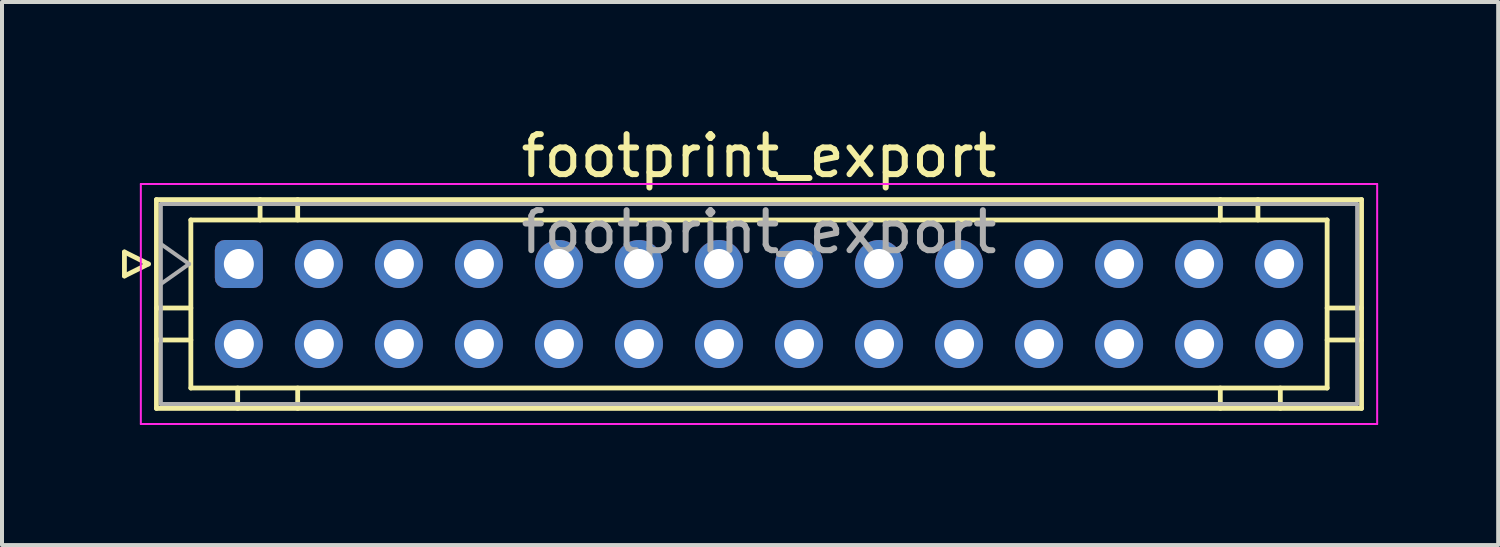
<source format=kicad_pcb>
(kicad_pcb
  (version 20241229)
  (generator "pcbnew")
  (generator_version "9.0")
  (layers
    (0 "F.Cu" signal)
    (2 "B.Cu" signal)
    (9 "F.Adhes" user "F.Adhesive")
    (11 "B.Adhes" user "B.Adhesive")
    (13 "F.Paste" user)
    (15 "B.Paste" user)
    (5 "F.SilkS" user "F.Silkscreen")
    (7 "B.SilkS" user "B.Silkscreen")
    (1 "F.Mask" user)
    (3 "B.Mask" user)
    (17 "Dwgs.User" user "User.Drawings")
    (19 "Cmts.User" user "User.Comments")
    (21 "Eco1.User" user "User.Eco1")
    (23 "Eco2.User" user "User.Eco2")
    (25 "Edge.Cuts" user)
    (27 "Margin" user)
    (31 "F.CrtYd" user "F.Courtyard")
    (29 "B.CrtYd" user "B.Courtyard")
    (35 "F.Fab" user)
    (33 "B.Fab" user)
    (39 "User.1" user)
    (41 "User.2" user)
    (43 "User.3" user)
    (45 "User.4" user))
  (footprint "footprint_export"
    (layer "F.Cu")
    (at 2.92 3.548)
    (property "Reference" "footprint_export" (at 13 -2.7 0) (layer "F.SilkS") (effects (font (size 1 1) (thickness 0.15))))
    (attr through_hole)
    (fp_line (start -2.86 -0.3) (end -2.26 0) (stroke (width 0.12) (type solid)) (layer "F.SilkS"))
    (fp_line (start -2.86 0.3) (end -2.86 -0.3) (stroke (width 0.12) (type solid)) (layer "F.SilkS"))
    (fp_line (start -2.26 0) (end -2.86 0.3) (stroke (width 0.12) (type solid)) (layer "F.SilkS"))
    (fp_line (start -2.06 -1.61) (end -2.06 3.61) (stroke (width 0.12) (type solid)) (layer "F.SilkS"))
    (fp_line (start -2.06 1.1) (end -1.2 1.1) (stroke (width 0.12) (type solid)) (layer "F.SilkS"))
    (fp_line (start -2.06 1.9) (end -1.2 1.9) (stroke (width 0.12) (type solid)) (layer "F.SilkS"))
    (fp_line (start -2.06 3.61) (end 28.06 3.61) (stroke (width 0.12) (type solid)) (layer "F.SilkS"))
    (fp_line (start -1.2 -1.1) (end -1.2 3.1) (stroke (width 0.12) (type solid)) (layer "F.SilkS"))
    (fp_line (start -1.2 3.1) (end 27.2 3.1) (stroke (width 0.12) (type solid)) (layer "F.SilkS"))
    (fp_line (start -0.03 3.61) (end -0.03 3.1) (stroke (width 0.12) (type solid)) (layer "F.SilkS"))
    (fp_line (start 0.53 -1.61) (end 0.53 -1.1) (stroke (width 0.12) (type solid)) (layer "F.SilkS"))
    (fp_line (start 1.47 -1.61) (end 1.47 -1.1) (stroke (width 0.12) (type solid)) (layer "F.SilkS"))
    (fp_line (start 1.47 3.61) (end 1.47 3.1) (stroke (width 0.12) (type solid)) (layer "F.SilkS"))
    (fp_line (start 24.53 -1.61) (end 24.53 -1.1) (stroke (width 0.12) (type solid)) (layer "F.SilkS"))
    (fp_line (start 24.53 3.61) (end 24.53 3.1) (stroke (width 0.12) (type solid)) (layer "F.SilkS"))
    (fp_line (start 25.47 -1.61) (end 25.47 -1.1) (stroke (width 0.12) (type solid)) (layer "F.SilkS"))
    (fp_line (start 26.03 3.61) (end 26.03 3.1) (stroke (width 0.12) (type solid)) (layer "F.SilkS"))
    (fp_line (start 27.2 -1.1) (end -1.2 -1.1) (stroke (width 0.12) (type solid)) (layer "F.SilkS"))
    (fp_line (start 27.2 3.1) (end 27.2 -1.1) (stroke (width 0.12) (type solid)) (layer "F.SilkS"))
    (fp_line (start 28.06 -1.61) (end -2.06 -1.61) (stroke (width 0.12) (type solid)) (layer "F.SilkS"))
    (fp_line (start 28.06 1.1) (end 27.2 1.1) (stroke (width 0.12) (type solid)) (layer "F.SilkS"))
    (fp_line (start 28.06 1.9) (end 27.2 1.9) (stroke (width 0.12) (type solid)) (layer "F.SilkS"))
    (fp_line (start 28.06 3.61) (end 28.06 -1.61) (stroke (width 0.12) (type solid)) (layer "F.SilkS"))
    (fp_line (start -2.45 -2) (end -2.45 4) (stroke (width 0.05) (type solid)) (layer "F.CrtYd"))
    (fp_line (start -2.45 4) (end 28.45 4) (stroke (width 0.05) (type solid)) (layer "F.CrtYd"))
    (fp_line (start 28.45 -2) (end -2.45 -2) (stroke (width 0.05) (type solid)) (layer "F.CrtYd"))
    (fp_line (start 28.45 4) (end 28.45 -2) (stroke (width 0.05) (type solid)) (layer "F.CrtYd"))
    (fp_line (start -1.95 -1.5) (end -1.95 3.5) (stroke (width 0.1) (type solid)) (layer "F.Fab"))
    (fp_line (start -1.95 0.5) (end -1.243 0) (stroke (width 0.1) (type solid)) (layer "F.Fab"))
    (fp_line (start -1.95 3.5) (end 27.95 3.5) (stroke (width 0.1) (type solid)) (layer "F.Fab"))
    (fp_line (start -1.243 0) (end -1.95 -0.5) (stroke (width 0.1) (type solid)) (layer "F.Fab"))
    (fp_line (start 27.95 -1.5) (end -1.95 -1.5) (stroke (width 0.1) (type solid)) (layer "F.Fab"))
    (fp_line (start 27.95 3.5) (end 27.95 -1.5) (stroke (width 0.1) (type solid)) (layer "F.Fab"))
    (fp_text user "${REFERENCE}" (at 13 -0.8 0) (layer "F.Fab") (effects (font (size 1 1) (thickness 0.15))))
    (pad "1" thru_hole roundrect (at 0 0) (size 1.2 1.2) (drill 0.75) (layers "*.Cu" "*.Mask") (roundrect_rratio 0.208))
    (pad "2" thru_hole circle (at 0 2) (size 1.2 1.2) (drill 0.75) (layers "*.Cu" "*.Mask"))
    (pad "3" thru_hole circle (at 2 0) (size 1.2 1.2) (drill 0.75) (layers "*.Cu" "*.Mask"))
    (pad "4" thru_hole circle (at 2 2) (size 1.2 1.2) (drill 0.75) (layers "*.Cu" "*.Mask"))
    (pad "5" thru_hole circle (at 4 0) (size 1.2 1.2) (drill 0.75) (layers "*.Cu" "*.Mask"))
    (pad "6" thru_hole circle (at 4 2) (size 1.2 1.2) (drill 0.75) (layers "*.Cu" "*.Mask"))
    (pad "7" thru_hole circle (at 6 0) (size 1.2 1.2) (drill 0.75) (layers "*.Cu" "*.Mask"))
    (pad "8" thru_hole circle (at 6 2) (size 1.2 1.2) (drill 0.75) (layers "*.Cu" "*.Mask"))
    (pad "9" thru_hole circle (at 8 0) (size 1.2 1.2) (drill 0.75) (layers "*.Cu" "*.Mask"))
    (pad "10" thru_hole circle (at 8 2) (size 1.2 1.2) (drill 0.75) (layers "*.Cu" "*.Mask"))
    (pad "11" thru_hole circle (at 10 0) (size 1.2 1.2) (drill 0.75) (layers "*.Cu" "*.Mask"))
    (pad "12" thru_hole circle (at 10 2) (size 1.2 1.2) (drill 0.75) (layers "*.Cu" "*.Mask"))
    (pad "13" thru_hole circle (at 12 0) (size 1.2 1.2) (drill 0.75) (layers "*.Cu" "*.Mask"))
    (pad "14" thru_hole circle (at 12 2) (size 1.2 1.2) (drill 0.75) (layers "*.Cu" "*.Mask"))
    (pad "15" thru_hole circle (at 14 0) (size 1.2 1.2) (drill 0.75) (layers "*.Cu" "*.Mask"))
    (pad "16" thru_hole circle (at 14 2) (size 1.2 1.2) (drill 0.75) (layers "*.Cu" "*.Mask"))
    (pad "17" thru_hole circle (at 16 0) (size 1.2 1.2) (drill 0.75) (layers "*.Cu" "*.Mask"))
    (pad "18" thru_hole circle (at 16 2) (size 1.2 1.2) (drill 0.75) (layers "*.Cu" "*.Mask"))
    (pad "19" thru_hole circle (at 18 0) (size 1.2 1.2) (drill 0.75) (layers "*.Cu" "*.Mask"))
    (pad "20" thru_hole circle (at 18 2) (size 1.2 1.2) (drill 0.75) (layers "*.Cu" "*.Mask"))
    (pad "21" thru_hole circle (at 20 0) (size 1.2 1.2) (drill 0.75) (layers "*.Cu" "*.Mask"))
    (pad "22" thru_hole circle (at 20 2) (size 1.2 1.2) (drill 0.75) (layers "*.Cu" "*.Mask"))
    (pad "23" thru_hole circle (at 22 0) (size 1.2 1.2) (drill 0.75) (layers "*.Cu" "*.Mask"))
    (pad "24" thru_hole circle (at 22 2) (size 1.2 1.2) (drill 0.75) (layers "*.Cu" "*.Mask"))
    (pad "25" thru_hole circle (at 24 0) (size 1.2 1.2) (drill 0.75) (layers "*.Cu" "*.Mask"))
    (pad "26" thru_hole circle (at 24 2) (size 1.2 1.2) (drill 0.75) (layers "*.Cu" "*.Mask"))
    (pad "27" thru_hole circle (at 26 0) (size 1.2 1.2) (drill 0.75) (layers "*.Cu" "*.Mask"))
    (pad "28" thru_hole circle (at 26 2) (size 1.2 1.2) (drill 0.75) (layers "*.Cu" "*.Mask")))
  (gr_rect
    (start -3 -3)
    (end 34.395 10.573)
    (stroke (width 0.1) (type default))
    (fill no)
    (layer "Edge.Cuts")))
</source>
